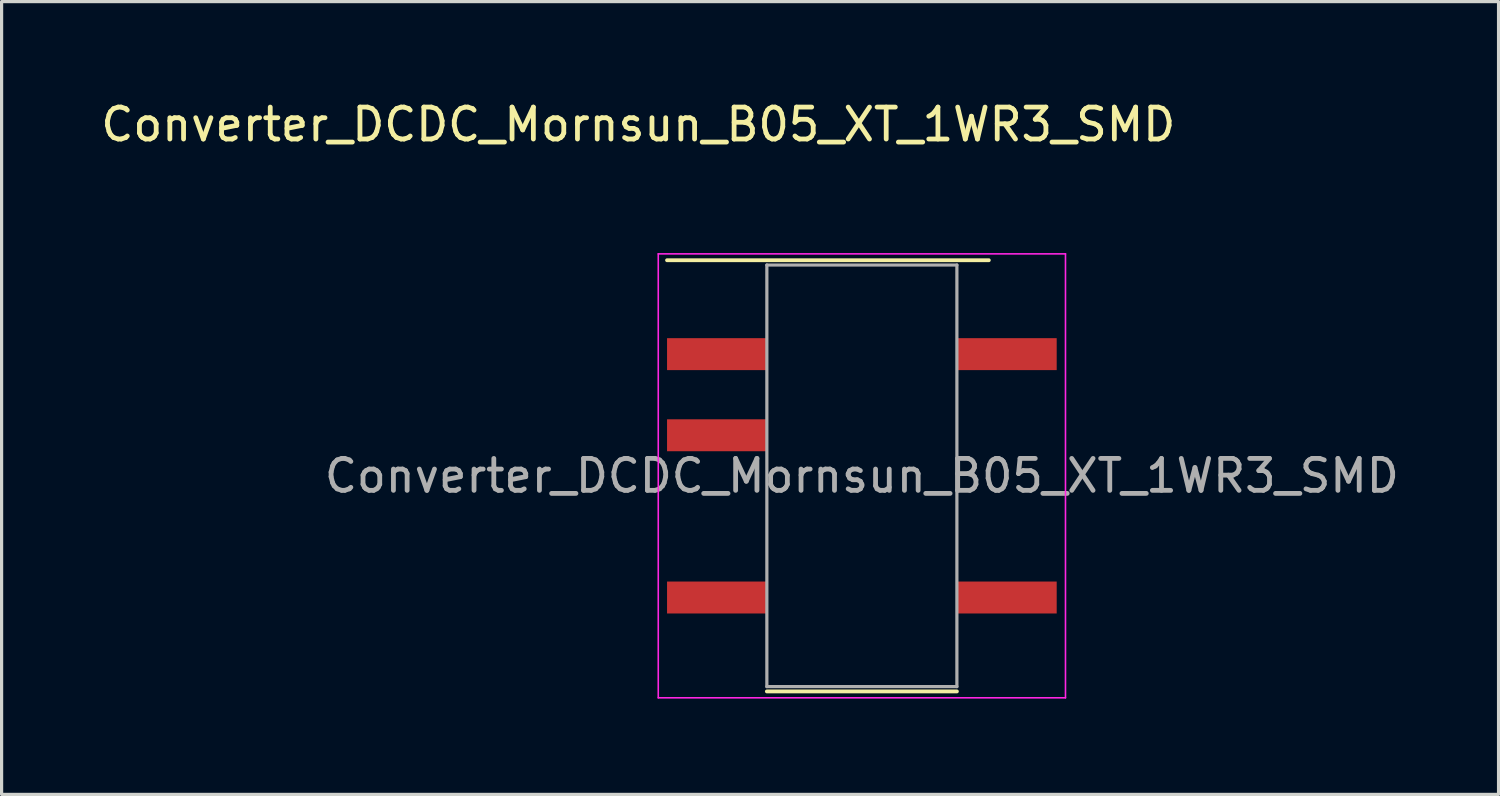
<source format=kicad_pcb>
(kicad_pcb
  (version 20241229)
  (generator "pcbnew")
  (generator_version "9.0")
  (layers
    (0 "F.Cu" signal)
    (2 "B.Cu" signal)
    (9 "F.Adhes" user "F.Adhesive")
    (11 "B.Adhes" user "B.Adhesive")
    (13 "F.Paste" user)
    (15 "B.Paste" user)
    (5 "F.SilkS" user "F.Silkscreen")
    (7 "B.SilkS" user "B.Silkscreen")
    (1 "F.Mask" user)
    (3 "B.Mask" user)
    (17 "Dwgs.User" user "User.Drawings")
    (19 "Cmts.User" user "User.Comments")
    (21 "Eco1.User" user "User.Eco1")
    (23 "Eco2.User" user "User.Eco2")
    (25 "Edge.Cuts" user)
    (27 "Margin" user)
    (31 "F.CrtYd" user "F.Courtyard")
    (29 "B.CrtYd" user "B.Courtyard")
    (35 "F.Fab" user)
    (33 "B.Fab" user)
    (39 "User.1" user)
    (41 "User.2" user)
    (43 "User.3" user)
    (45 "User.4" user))
  (footprint "Converter_DCDC_Mornsun_B05_XT_1WR3_SMD"
    (layer "F.Cu")
    (at 23.935 11.848)
    (property "Reference" "Converter_DCDC_Mornsun_B05_XT_1WR3_SMD" (at -7 -11 0) (layer "F.SilkS") (effects (font (size 1 1) (thickness 0.15))))
    (attr smd)
    (fp_line (start -6.1 -6.75) (end 3.975 -6.75) (stroke (width 0.12) (type solid)) (layer "F.SilkS"))
    (fp_line (start -2.975 6.75) (end 2.975 6.75) (stroke (width 0.12) (type solid)) (layer "F.SilkS"))
    (fp_line (start -6.375 -6.95) (end -6.375 6.95) (stroke (width 0.05) (type solid)) (layer "F.CrtYd"))
    (fp_line (start -6.375 -6.95) (end 6.375 -6.95) (stroke (width 0.05) (type solid)) (layer "F.CrtYd"))
    (fp_line (start -6.375 6.95) (end 6.375 6.95) (stroke (width 0.05) (type solid)) (layer "F.CrtYd"))
    (fp_line (start 6.375 -6.95) (end 6.375 6.95) (stroke (width 0.05) (type solid)) (layer "F.CrtYd"))
    (fp_line (start -2.975 -6.6) (end -2.975 6.6) (stroke (width 0.1) (type solid)) (layer "F.Fab"))
    (fp_line (start 2.975 -6.6) (end -2.975 -6.6) (stroke (width 0.1) (type solid)) (layer "F.Fab"))
    (fp_line (start 2.975 -6.6) (end 2.975 6.6) (stroke (width 0.1) (type solid)) (layer "F.Fab"))
    (fp_line (start 2.975 6.6) (end -2.975 6.6) (stroke (width 0.1) (type solid)) (layer "F.Fab"))
    (fp_text user "${REFERENCE}" (at 0 0 180) (layer "F.Fab") (effects (font (size 1 1) (thickness 0.15))))
    (pad "1" smd rect (at -4.55 -3.81) (size 3.1 1) (layers "F.Cu" "F.Mask" "F.Paste"))
    (pad "2" smd rect (at -4.55 -1.27) (size 3.1 1) (layers "F.Cu" "F.Mask" "F.Paste"))
    (pad "4" smd rect (at -4.55 3.81) (size 3.1 1) (layers "F.Cu" "F.Mask" "F.Paste"))
    (pad "5" smd rect (at 4.55 3.81) (size 3.1 1) (layers "F.Cu" "F.Mask" "F.Paste"))
    (pad "8" smd rect (at 4.55 -3.81) (size 3.1 1) (layers "F.Cu" "F.Mask" "F.Paste")))
  (gr_rect
    (start -3 -3)
    (end 43.869 21.823)
    (stroke (width 0.1) (type default))
    (fill no)
    (layer "Edge.Cuts")))
</source>
